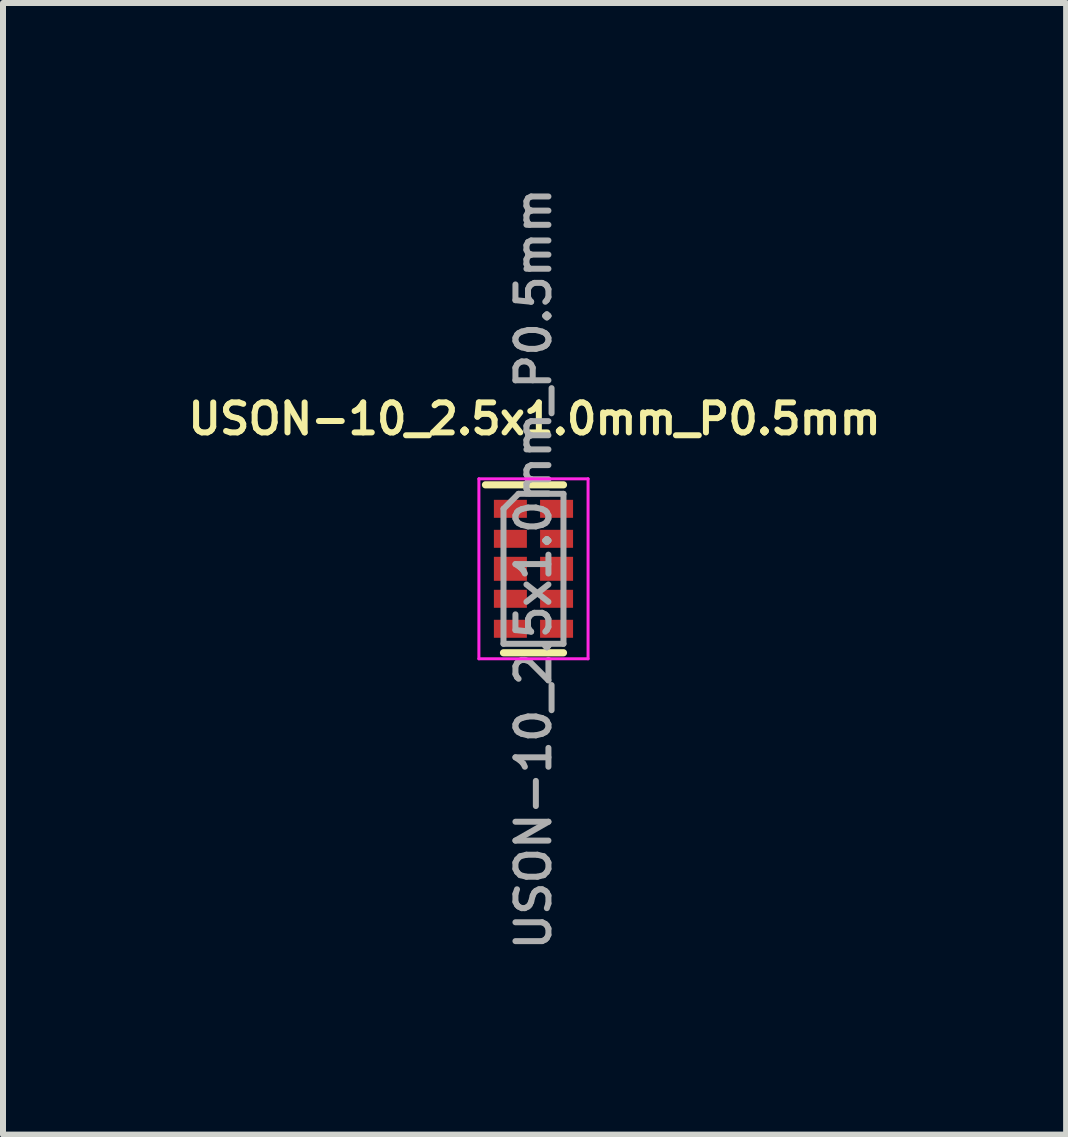
<source format=kicad_pcb>
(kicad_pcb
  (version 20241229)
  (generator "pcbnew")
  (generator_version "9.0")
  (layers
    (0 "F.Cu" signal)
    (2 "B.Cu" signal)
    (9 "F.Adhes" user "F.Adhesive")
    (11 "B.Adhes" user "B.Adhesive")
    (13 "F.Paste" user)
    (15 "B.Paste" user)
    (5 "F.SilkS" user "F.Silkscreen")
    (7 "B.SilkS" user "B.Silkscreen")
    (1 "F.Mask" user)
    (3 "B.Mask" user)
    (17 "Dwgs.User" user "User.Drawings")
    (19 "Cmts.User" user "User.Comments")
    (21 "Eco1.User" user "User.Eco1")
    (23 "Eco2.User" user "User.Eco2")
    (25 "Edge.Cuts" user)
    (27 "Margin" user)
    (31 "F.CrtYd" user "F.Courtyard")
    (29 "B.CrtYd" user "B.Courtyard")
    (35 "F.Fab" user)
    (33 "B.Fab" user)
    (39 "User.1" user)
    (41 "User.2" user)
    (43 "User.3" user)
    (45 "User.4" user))
  (footprint "USON-10_2.5x1.0mm_P0.5mm"
    (layer "F.Cu")
    (at 5.844 6.433)
    (property "Reference" "USON-10_2.5x1.0mm_P0.5mm" (at 0.018 -2.5 0) (layer "F.SilkS") (effects (font (size 0.5 0.5) (thickness 0.1) (bold yes))))
    (attr smd)
    (fp_line (start 0.5 -1.4) (end -0.8 -1.4) (stroke (width 0.12) (type solid)) (layer "F.SilkS"))
    (fp_line (start 0.5 1.4) (end -0.5 1.4) (stroke (width 0.12) (type solid)) (layer "F.SilkS"))
    (fp_line (start -0.91 -1.5) (end 0.91 -1.5) (stroke (width 0.05) (type solid)) (layer "F.CrtYd"))
    (fp_line (start -0.91 1.5) (end -0.91 -1.5) (stroke (width 0.05) (type solid)) (layer "F.CrtYd"))
    (fp_line (start 0.91 -1.5) (end 0.91 1.5) (stroke (width 0.05) (type solid)) (layer "F.CrtYd"))
    (fp_line (start 0.91 1.5) (end -0.91 1.5) (stroke (width 0.05) (type solid)) (layer "F.CrtYd"))
    (fp_line (start -0.5 -1) (end -0.5 1.25) (stroke (width 0.1) (type solid)) (layer "F.Fab"))
    (fp_line (start -0.5 1.25) (end 0.5 1.25) (stroke (width 0.1) (type solid)) (layer "F.Fab"))
    (fp_line (start -0.25 -1.25) (end -0.5 -1) (stroke (width 0.1) (type solid)) (layer "F.Fab"))
    (fp_line (start 0.5 -1.25) (end -0.25 -1.25) (stroke (width 0.1) (type solid)) (layer "F.Fab"))
    (fp_line (start 0.5 -1.25) (end 0.5 1.25) (stroke (width 0.1) (type solid)) (layer "F.Fab"))
    (fp_text user "${REFERENCE}" (at 0 0 270) (layer "F.Fab") (effects (font (size 0.55 0.55) (thickness 0.1))))
    (pad "1" smd rect (at -0.385 -1 270) (size 0.3 0.55) (layers "F.Cu" "F.Mask" "F.Paste"))
    (pad "1" smd rect (at 0.385 -1 270) (size 0.3 0.55) (layers "F.Cu" "F.Mask" "F.Paste"))
    (pad "2" smd rect (at -0.385 -0.5 270) (size 0.3 0.55) (layers "F.Cu" "F.Mask" "F.Paste"))
    (pad "2" smd rect (at 0.385 -0.5 270) (size 0.3 0.55) (layers "F.Cu" "F.Mask" "F.Paste"))
    (pad "3" smd rect (at -0.385 0 270) (size 0.4 0.55) (layers "F.Cu" "F.Mask" "F.Paste"))
    (pad "3" smd rect (at 0.385 0 270) (size 0.4 0.55) (layers "F.Cu" "F.Mask" "F.Paste"))
    (pad "4" smd rect (at -0.385 0.5 270) (size 0.3 0.55) (layers "F.Cu" "F.Mask" "F.Paste"))
    (pad "4" smd rect (at 0.385 0.5 270) (size 0.3 0.55) (layers "F.Cu" "F.Mask" "F.Paste"))
    (pad "5" smd rect (at -0.385 1 270) (size 0.3 0.55) (layers "F.Cu" "F.Mask" "F.Paste"))
    (pad "5" smd rect (at 0.385 1 270) (size 0.3 0.55) (layers "F.Cu" "F.Mask" "F.Paste")))
  (gr_rect
    (start -3 -3)
    (end 14.724 15.866)
    (stroke (width 0.1) (type default))
    (fill no)
    (layer "Edge.Cuts")))
</source>
